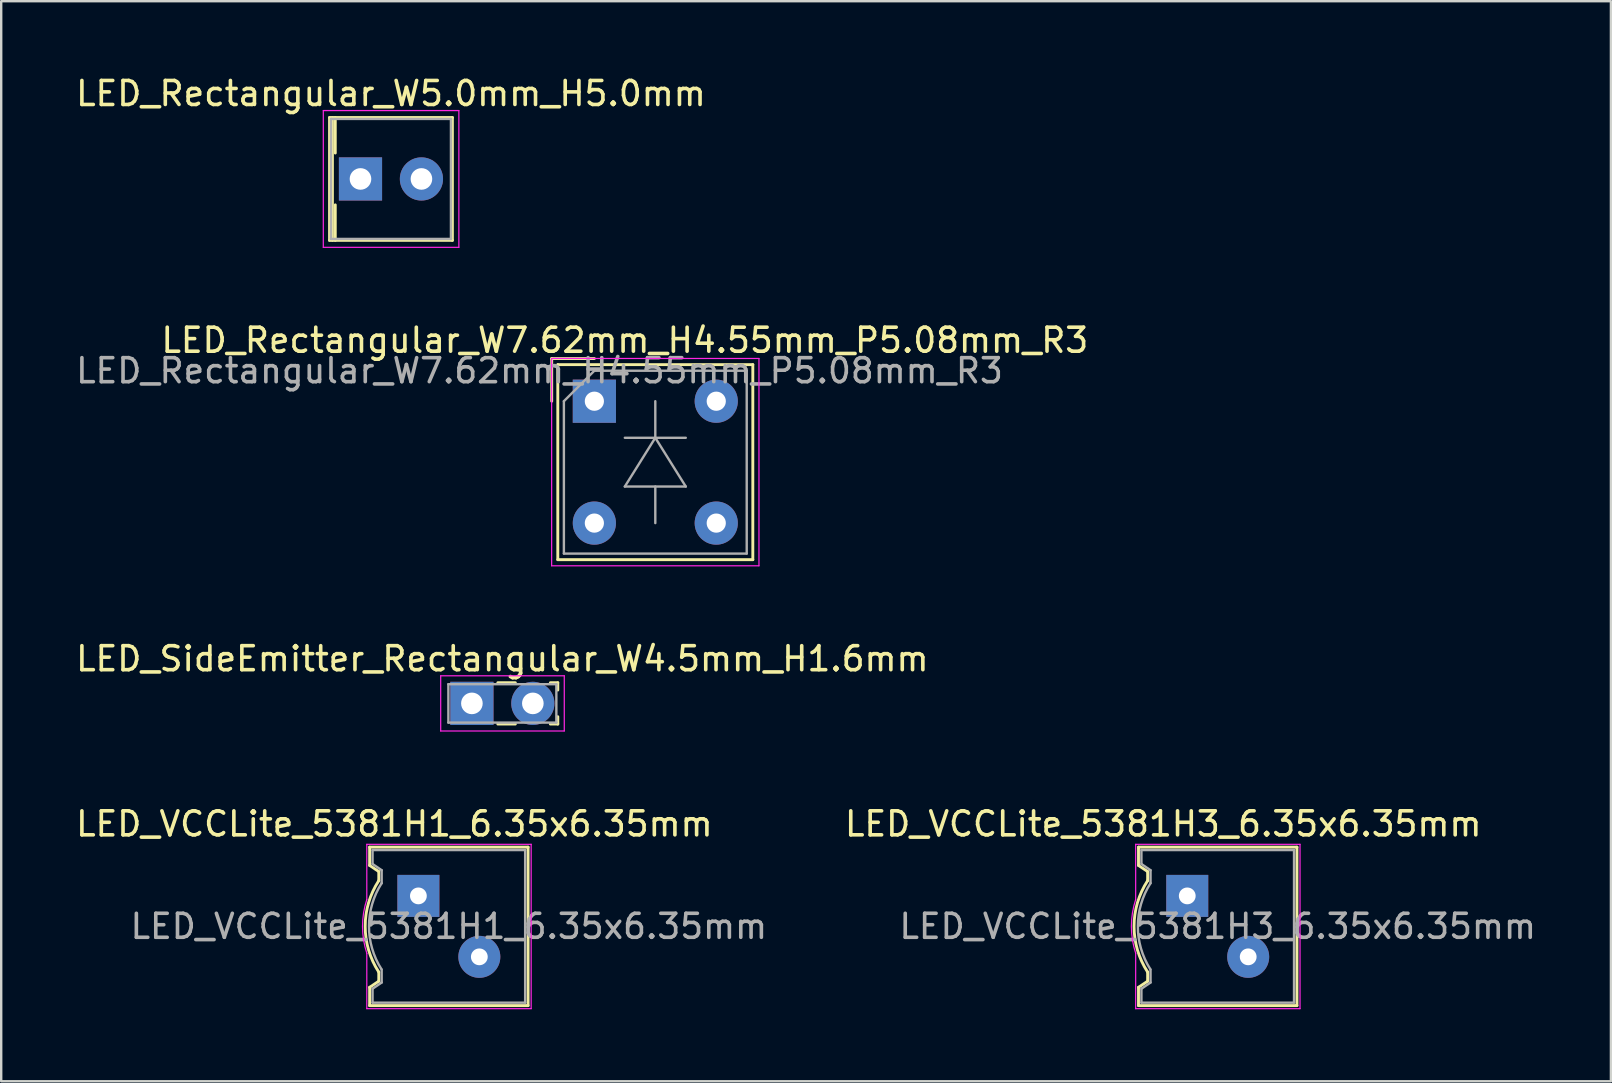
<source format=kicad_pcb>
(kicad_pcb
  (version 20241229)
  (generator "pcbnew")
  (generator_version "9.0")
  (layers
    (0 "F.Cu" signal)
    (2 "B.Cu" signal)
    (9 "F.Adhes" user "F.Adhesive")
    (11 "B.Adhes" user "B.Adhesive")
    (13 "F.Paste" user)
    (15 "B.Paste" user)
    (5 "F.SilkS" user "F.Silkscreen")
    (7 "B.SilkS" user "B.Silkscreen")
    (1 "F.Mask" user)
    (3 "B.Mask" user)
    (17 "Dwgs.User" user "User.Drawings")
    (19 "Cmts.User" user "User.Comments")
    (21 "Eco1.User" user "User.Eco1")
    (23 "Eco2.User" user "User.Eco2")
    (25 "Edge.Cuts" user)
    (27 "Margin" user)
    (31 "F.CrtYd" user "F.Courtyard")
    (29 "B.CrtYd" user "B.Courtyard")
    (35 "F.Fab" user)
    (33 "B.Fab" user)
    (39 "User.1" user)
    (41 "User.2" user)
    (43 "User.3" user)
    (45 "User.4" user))
  (footprint "LED_SideEmitter_Rectangular_W4.5mm_H1.6mm"
    (layer "F.Cu")
    (at 16.617 26.265)
    (property "Reference" "LED_SideEmitter_Rectangular_W4.5mm_H1.6mm" (at 1.27 -1.86 0) (layer "F.SilkS") (effects (font (size 1 1) (thickness 0.15))))
    (attr through_hole)
    (fp_line (start 1.08 -0.861) (end 1.811 -0.861) (stroke (width 0.12) (type solid)) (layer "F.SilkS"))
    (fp_line (start 1.08 0.861) (end 1.811 0.861) (stroke (width 0.12) (type solid)) (layer "F.SilkS"))
    (fp_line (start 3.27 -0.861) (end 3.58 -0.861) (stroke (width 0.12) (type solid)) (layer "F.SilkS"))
    (fp_line (start 3.27 0.861) (end 3.58 0.861) (stroke (width 0.12) (type solid)) (layer "F.SilkS"))
    (fp_line (start 3.58 -0.861) (end 3.58 -0.555) (stroke (width 0.12) (type solid)) (layer "F.SilkS"))
    (fp_line (start 3.58 0.555) (end 3.58 0.861) (stroke (width 0.12) (type solid)) (layer "F.SilkS"))
    (fp_line (start -1.3 -1.15) (end -1.3 1.15) (stroke (width 0.05) (type solid)) (layer "F.CrtYd"))
    (fp_line (start -1.3 1.15) (end 3.85 1.15) (stroke (width 0.05) (type solid)) (layer "F.CrtYd"))
    (fp_line (start 3.85 -1.15) (end -1.3 -1.15) (stroke (width 0.05) (type solid)) (layer "F.CrtYd"))
    (fp_line (start 3.85 1.15) (end 3.85 -1.15) (stroke (width 0.05) (type solid)) (layer "F.CrtYd"))
    (fp_line (start -0.98 -0.8) (end -0.98 0.8) (stroke (width 0.1) (type solid)) (layer "F.Fab"))
    (fp_line (start -0.98 0.8) (end 3.52 0.8) (stroke (width 0.1) (type solid)) (layer "F.Fab"))
    (fp_line (start 3.52 -0.8) (end -0.98 -0.8) (stroke (width 0.1) (type solid)) (layer "F.Fab"))
    (fp_line (start 3.52 0.8) (end 3.52 -0.8) (stroke (width 0.1) (type solid)) (layer "F.Fab"))
    (pad "1" thru_hole rect (at 0 0) (size 1.8 1.8) (drill 0.9) (layers "*.Cu" "*.Mask"))
    (pad "2" thru_hole circle (at 2.54 0) (size 1.8 1.8) (drill 0.9) (layers "*.Cu" "*.Mask")))
  (footprint "LED_Rectangular_W5.0mm_H5.0mm"
    (layer "F.Cu")
    (at 11.974 4.408)
    (property "Reference" "LED_Rectangular_W5.0mm_H5.0mm" (at 1.27 -3.56 0) (layer "F.SilkS") (effects (font (size 1 1) (thickness 0.15))))
    (attr through_hole)
    (fp_line (start -1.29 -2.56) (end -1.29 2.56) (stroke (width 0.12) (type solid)) (layer "F.SilkS"))
    (fp_line (start -1.29 -2.56) (end 3.83 -2.56) (stroke (width 0.12) (type solid)) (layer "F.SilkS"))
    (fp_line (start -1.29 2.56) (end 3.83 2.56) (stroke (width 0.12) (type solid)) (layer "F.SilkS"))
    (fp_line (start -1.17 -2.56) (end -1.17 2.56) (stroke (width 0.12) (type solid)) (layer "F.SilkS"))
    (fp_line (start -1.051 -2.56) (end -1.051 -1.08) (stroke (width 0.12) (type solid)) (layer "F.SilkS"))
    (fp_line (start -1.051 1.08) (end -1.051 2.56) (stroke (width 0.12) (type solid)) (layer "F.SilkS"))
    (fp_line (start 3.83 -2.56) (end 3.83 2.56) (stroke (width 0.12) (type solid)) (layer "F.SilkS"))
    (fp_line (start -1.55 -2.85) (end -1.55 2.85) (stroke (width 0.05) (type solid)) (layer "F.CrtYd"))
    (fp_line (start -1.55 2.85) (end 4.1 2.85) (stroke (width 0.05) (type solid)) (layer "F.CrtYd"))
    (fp_line (start 4.1 -2.85) (end -1.55 -2.85) (stroke (width 0.05) (type solid)) (layer "F.CrtYd"))
    (fp_line (start 4.1 2.85) (end 4.1 -2.85) (stroke (width 0.05) (type solid)) (layer "F.CrtYd"))
    (fp_line (start -1.23 -2.5) (end -1.23 2.5) (stroke (width 0.1) (type solid)) (layer "F.Fab"))
    (fp_line (start -1.23 2.5) (end 3.77 2.5) (stroke (width 0.1) (type solid)) (layer "F.Fab"))
    (fp_line (start 3.77 -2.5) (end -1.23 -2.5) (stroke (width 0.1) (type solid)) (layer "F.Fab"))
    (fp_line (start 3.77 2.5) (end 3.77 -2.5) (stroke (width 0.1) (type solid)) (layer "F.Fab"))
    (pad "1" thru_hole rect (at 0 0) (size 1.8 1.8) (drill 0.9) (layers "*.Cu" "*.Mask"))
    (pad "2" thru_hole circle (at 2.54 0) (size 1.8 1.8) (drill 0.9) (layers "*.Cu" "*.Mask")))
  (footprint "LED_Rectangular_W7.62mm_H4.55mm_P5.08mm_R3"
    (layer "F.Cu")
    (at 21.721 13.671)
    (property "Reference" "LED_Rectangular_W7.62mm_H4.55mm_P5.08mm_R3" (at 1.27 -2.54 0) (layer "F.SilkS") (effects (font (size 1 1) (thickness 0.15))))
    (attr through_hole)
    (fp_line (start -1.778 -1.778) (end -1.778 0) (stroke (width 0.12) (type solid)) (layer "F.SilkS"))
    (fp_line (start -1.524 -1.524) (end -1.524 6.604) (stroke (width 0.12) (type solid)) (layer "F.SilkS"))
    (fp_line (start -1.524 6.604) (end 6.604 6.604) (stroke (width 0.12) (type solid)) (layer "F.SilkS"))
    (fp_line (start 0 -1.778) (end -1.778 -1.778) (stroke (width 0.12) (type solid)) (layer "F.SilkS"))
    (fp_line (start 6.604 -1.524) (end -1.524 -1.524) (stroke (width 0.12) (type solid)) (layer "F.SilkS"))
    (fp_line (start 6.604 6.604) (end 6.604 -1.524) (stroke (width 0.12) (type solid)) (layer "F.SilkS"))
    (fp_line (start -1.78 -1.78) (end 6.86 -1.78) (stroke (width 0.05) (type solid)) (layer "F.CrtYd"))
    (fp_line (start -1.78 6.86) (end -1.78 -1.78) (stroke (width 0.05) (type solid)) (layer "F.CrtYd"))
    (fp_line (start 6.86 -1.78) (end 6.86 6.86) (stroke (width 0.05) (type solid)) (layer "F.CrtYd"))
    (fp_line (start 6.86 6.86) (end -1.78 6.86) (stroke (width 0.05) (type solid)) (layer "F.CrtYd"))
    (fp_line (start -1.27 0) (end -1.27 6.35) (stroke (width 0.1) (type solid)) (layer "F.Fab"))
    (fp_line (start -1.27 6.35) (end 6.35 6.35) (stroke (width 0.1) (type solid)) (layer "F.Fab"))
    (fp_line (start 0 -1.27) (end -1.27 0) (stroke (width 0.1) (type solid)) (layer "F.Fab"))
    (fp_line (start 1.27 1.524) (end 3.81 1.524) (stroke (width 0.1) (type solid)) (layer "F.Fab"))
    (fp_line (start 1.27 3.556) (end 2.54 1.524) (stroke (width 0.1) (type solid)) (layer "F.Fab"))
    (fp_line (start 2.54 0) (end 2.54 1.524) (stroke (width 0.1) (type solid)) (layer "F.Fab"))
    (fp_line (start 2.54 1.524) (end 3.81 3.556) (stroke (width 0.1) (type solid)) (layer "F.Fab"))
    (fp_line (start 2.54 3.556) (end 2.54 5.08) (stroke (width 0.1) (type solid)) (layer "F.Fab"))
    (fp_line (start 3.81 3.556) (end 1.27 3.556) (stroke (width 0.1) (type solid)) (layer "F.Fab"))
    (fp_line (start 6.35 -1.27) (end 0 -1.27) (stroke (width 0.1) (type solid)) (layer "F.Fab"))
    (fp_line (start 6.35 6.35) (end 6.35 -1.27) (stroke (width 0.1) (type solid)) (layer "F.Fab"))
    (fp_text user "${REFERENCE}" (at -2.286 -1.27 0) (layer "F.Fab") (effects (font (size 1 1) (thickness 0.15))))
    (pad "1" thru_hole rect (at 0 0) (size 1.8 1.8) (drill 0.8) (layers "*.Cu" "*.Mask"))
    (pad "1" thru_hole circle (at 5.08 0) (size 1.8 1.8) (drill 0.8) (layers "*.Cu" "*.Mask"))
    (pad "2" thru_hole circle (at 0 5.08) (size 1.8 1.8) (drill 0.8) (layers "*.Cu" "*.Mask"))
    (pad "2" thru_hole circle (at 5.08 5.08) (size 1.8 1.8) (drill 0.8) (layers "*.Cu" "*.Mask")))
  (footprint "LED_VCCLite_5381H3_6.35x6.35mm"
    (layer "F.Cu")
    (at 46.431 34.288)
    (property "Reference" "LED_VCCLite_5381H3_6.35x6.35mm" (at -1 -3 0) (layer "F.SilkS") (effects (font (size 1 1) (thickness 0.15))))
    (attr through_hole)
    (fp_line (start -2.032 -2.032) (end -2.032 -1.27) (stroke (width 0.12) (type solid)) (layer "F.SilkS"))
    (fp_line (start -2.032 -1.27) (end -1.651 -1.016) (stroke (width 0.12) (type solid)) (layer "F.SilkS"))
    (fp_line (start -2.032 4.572) (end -2.032 3.81) (stroke (width 0.12) (type solid)) (layer "F.SilkS"))
    (fp_line (start -1.651 -1.016) (end -1.651 -0.635) (stroke (width 0.12) (type solid)) (layer "F.SilkS"))
    (fp_line (start -1.651 3.556) (end -2.032 3.81) (stroke (width 0.12) (type solid)) (layer "F.SilkS"))
    (fp_line (start -1.651 3.556) (end -1.651 3.175) (stroke (width 0.12) (type solid)) (layer "F.SilkS"))
    (fp_line (start 4.572 -2.032) (end -2.032 -2.032) (stroke (width 0.12) (type solid)) (layer "F.SilkS"))
    (fp_line (start 4.572 4.572) (end -2.032 4.572) (stroke (width 0.12) (type solid)) (layer "F.SilkS"))
    (fp_line (start 4.572 4.572) (end 4.572 -2.032) (stroke (width 0.12) (type solid)) (layer "F.SilkS"))
    (fp_arc (start -1.651753 3.173843) (mid -2.2173 1.26931) (end -1.650999 -0.634999) (stroke (width 0.12) (type solid)) (layer "F.SilkS"))
    (fp_line (start -2.15 -2.15) (end -2.15 0.15) (stroke (width 0.05) (type solid)) (layer "F.CrtYd"))
    (fp_line (start -2.15 -2.15) (end 4.7 -2.15) (stroke (width 0.05) (type solid)) (layer "F.CrtYd"))
    (fp_line (start -2.15 4.7) (end -2.15 2.4) (stroke (width 0.05) (type solid)) (layer "F.CrtYd"))
    (fp_line (start 4.7 -2.15) (end 4.7 4.7) (stroke (width 0.05) (type solid)) (layer "F.CrtYd"))
    (fp_line (start 4.7 4.7) (end -2.15 4.7) (stroke (width 0.05) (type solid)) (layer "F.CrtYd"))
    (fp_arc (start -2.147033 2.39902) (mid -2.328719 1.274748) (end -2.15 0.15) (stroke (width 0.05) (type solid)) (layer "F.CrtYd"))
    (fp_line (start -1.91 -1.91) (end -1.91 -1.33) (stroke (width 0.1) (type solid)) (layer "F.Fab"))
    (fp_line (start -1.91 -1.91) (end 4.45 -1.91) (stroke (width 0.1) (type solid)) (layer "F.Fab"))
    (fp_line (start -1.91 -1.33) (end -1.53 -1.07) (stroke (width 0.1) (type solid)) (layer "F.Fab"))
    (fp_line (start -1.91 3.87) (end -1.53 3.61) (stroke (width 0.1) (type solid)) (layer "F.Fab"))
    (fp_line (start -1.91 4.45) (end -1.91 3.87) (stroke (width 0.1) (type solid)) (layer "F.Fab"))
    (fp_line (start -1.53 -1.07) (end -1.53 -0.53) (stroke (width 0.1) (type solid)) (layer "F.Fab"))
    (fp_line (start -1.53 3.61) (end -1.53 3.07) (stroke (width 0.1) (type solid)) (layer "F.Fab"))
    (fp_line (start 4.45 -1.91) (end 4.45 4.45) (stroke (width 0.1) (type solid)) (layer "F.Fab"))
    (fp_line (start 4.45 4.45) (end -1.91 4.45) (stroke (width 0.1) (type solid)) (layer "F.Fab"))
    (fp_arc (start -1.538265 3.057078) (mid -2.058655 1.26233) (end -1.53 -0.53) (stroke (width 0.1) (type solid)) (layer "F.Fab"))
    (fp_text user "${REFERENCE}" (at 1.27 1.27 0) (layer "F.Fab") (effects (font (size 1 1) (thickness 0.15))))
    (pad "1" thru_hole rect (at 0 0 270) (size 1.75 1.75) (drill 0.7) (layers "*.Cu" "*.Mask"))
    (pad "2" thru_hole circle (at 2.54 2.54 270) (size 1.75 1.75) (drill 0.7) (layers "*.Cu" "*.Mask")))
  (footprint "LED_VCCLite_5381H1_6.35x6.35mm"
    (layer "F.Cu")
    (at 14.387 34.288)
    (property "Reference" "LED_VCCLite_5381H1_6.35x6.35mm" (at -1 -3 0) (layer "F.SilkS") (effects (font (size 1 1) (thickness 0.15))))
    (attr through_hole)
    (fp_line (start -2.032 -2.032) (end -2.032 -1.27) (stroke (width 0.12) (type solid)) (layer "F.SilkS"))
    (fp_line (start -2.032 -1.27) (end -1.651 -1.016) (stroke (width 0.12) (type solid)) (layer "F.SilkS"))
    (fp_line (start -2.032 4.572) (end -2.032 3.81) (stroke (width 0.12) (type solid)) (layer "F.SilkS"))
    (fp_line (start -1.651 -1.016) (end -1.651 -0.635) (stroke (width 0.12) (type solid)) (layer "F.SilkS"))
    (fp_line (start -1.651 3.556) (end -2.032 3.81) (stroke (width 0.12) (type solid)) (layer "F.SilkS"))
    (fp_line (start -1.651 3.556) (end -1.651 3.175) (stroke (width 0.12) (type solid)) (layer "F.SilkS"))
    (fp_line (start 4.572 -2.032) (end -2.032 -2.032) (stroke (width 0.12) (type solid)) (layer "F.SilkS"))
    (fp_line (start 4.572 4.572) (end -2.032 4.572) (stroke (width 0.12) (type solid)) (layer "F.SilkS"))
    (fp_line (start 4.572 4.572) (end 4.572 -2.032) (stroke (width 0.12) (type solid)) (layer "F.SilkS"))
    (fp_arc (start -1.651753 3.173843) (mid -2.2173 1.26931) (end -1.650999 -0.634999) (stroke (width 0.12) (type solid)) (layer "F.SilkS"))
    (fp_line (start -2.15 -2.15) (end -2.15 0.15) (stroke (width 0.05) (type solid)) (layer "F.CrtYd"))
    (fp_line (start -2.15 -2.15) (end 4.7 -2.15) (stroke (width 0.05) (type solid)) (layer "F.CrtYd"))
    (fp_line (start -2.15 4.7) (end -2.15 2.4) (stroke (width 0.05) (type solid)) (layer "F.CrtYd"))
    (fp_line (start 4.7 -2.15) (end 4.7 4.7) (stroke (width 0.05) (type solid)) (layer "F.CrtYd"))
    (fp_line (start 4.7 4.7) (end -2.15 4.7) (stroke (width 0.05) (type solid)) (layer "F.CrtYd"))
    (fp_arc (start -2.147033 2.39902) (mid -2.328719 1.274748) (end -2.15 0.15) (stroke (width 0.05) (type solid)) (layer "F.CrtYd"))
    (fp_line (start -1.91 -1.91) (end -1.91 -1.33) (stroke (width 0.1) (type solid)) (layer "F.Fab"))
    (fp_line (start -1.91 -1.91) (end 4.45 -1.91) (stroke (width 0.1) (type solid)) (layer "F.Fab"))
    (fp_line (start -1.91 -1.33) (end -1.53 -1.07) (stroke (width 0.1) (type solid)) (layer "F.Fab"))
    (fp_line (start -1.91 3.87) (end -1.53 3.61) (stroke (width 0.1) (type solid)) (layer "F.Fab"))
    (fp_line (start -1.91 4.45) (end -1.91 3.87) (stroke (width 0.1) (type solid)) (layer "F.Fab"))
    (fp_line (start -1.53 -1.07) (end -1.53 -0.53) (stroke (width 0.1) (type solid)) (layer "F.Fab"))
    (fp_line (start -1.53 3.61) (end -1.53 3.07) (stroke (width 0.1) (type solid)) (layer "F.Fab"))
    (fp_line (start 4.45 -1.91) (end 4.45 4.45) (stroke (width 0.1) (type solid)) (layer "F.Fab"))
    (fp_line (start 4.45 4.45) (end -1.91 4.45) (stroke (width 0.1) (type solid)) (layer "F.Fab"))
    (fp_arc (start -1.538265 3.057078) (mid -2.058655 1.26233) (end -1.53 -0.53) (stroke (width 0.1) (type solid)) (layer "F.Fab"))
    (fp_text user "${REFERENCE}" (at 1.27 1.27 0) (layer "F.Fab") (effects (font (size 1 1) (thickness 0.15))))
    (pad "1" thru_hole rect (at 0 0 270) (size 1.75 1.75) (drill 0.7) (layers "*.Cu" "*.Mask"))
    (pad "2" thru_hole circle (at 2.54 2.54 270) (size 1.75 1.75) (drill 0.7) (layers "*.Cu" "*.Mask")))
  (gr_rect
    (start -3 -3)
    (end 64.088 42.013)
    (stroke (width 0.1) (type default))
    (fill no)
    (layer "Edge.Cuts")))
</source>
